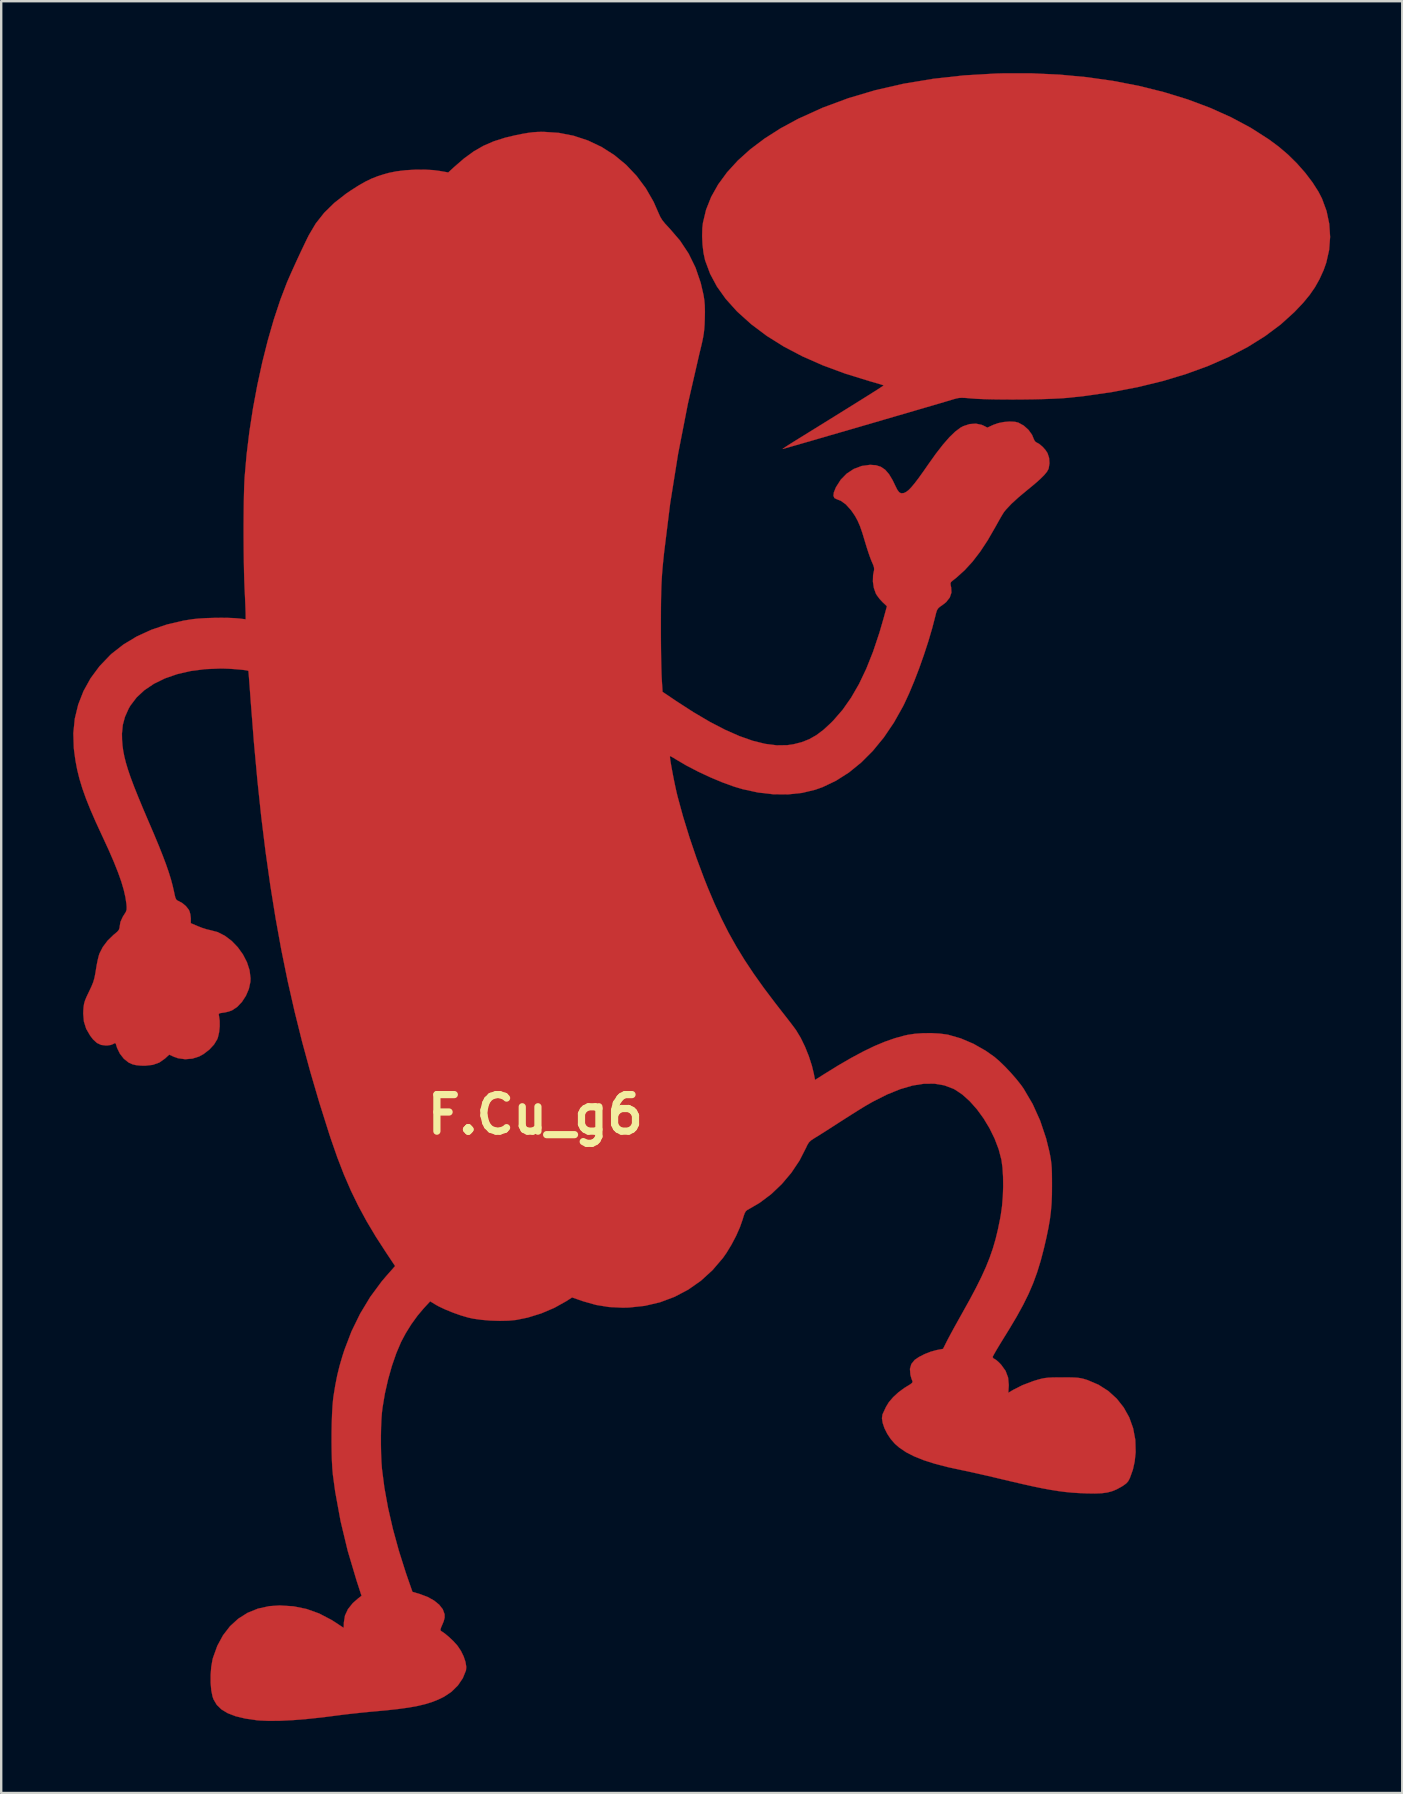
<source format=kicad_pcb>
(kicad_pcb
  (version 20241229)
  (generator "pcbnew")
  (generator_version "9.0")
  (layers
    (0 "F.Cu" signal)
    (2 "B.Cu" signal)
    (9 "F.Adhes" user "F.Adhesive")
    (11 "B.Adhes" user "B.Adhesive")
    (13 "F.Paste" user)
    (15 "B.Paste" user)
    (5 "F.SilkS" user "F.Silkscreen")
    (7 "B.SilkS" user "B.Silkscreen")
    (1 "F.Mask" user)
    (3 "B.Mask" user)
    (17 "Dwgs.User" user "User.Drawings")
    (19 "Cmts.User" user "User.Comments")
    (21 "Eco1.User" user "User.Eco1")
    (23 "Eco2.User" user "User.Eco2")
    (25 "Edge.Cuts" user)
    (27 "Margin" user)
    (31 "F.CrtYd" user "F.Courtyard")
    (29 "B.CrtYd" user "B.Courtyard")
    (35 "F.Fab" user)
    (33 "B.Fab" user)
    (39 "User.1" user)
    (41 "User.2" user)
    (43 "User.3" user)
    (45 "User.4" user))
  (footprint "F.Cu_g6"
    (layer "F.Cu")
    (at 19.25 43.382)
    (property "Reference" "F.Cu_g6" (at 0 0 0) (layer "F.SilkS") (effects (font (size 1.524 1.524) (thickness 0.3))))
    (attr through_hole)
    (fp_poly (pts (xy 20.679 -43.377) (xy 21.843 -43.323) (xy 22.981 -43.216) (xy 24.088 -43.058) (xy 25.16 -42.85) (xy 26.191 -42.593) (xy 27.176 -42.29) (xy 28.109 -41.94) (xy 28.986 -41.546) (xy 29.802 -41.109) (xy 30.551 -40.63) (xy 30.967 -40.322) (xy 31.355 -39.992) (xy 31.728 -39.624) (xy 32.072 -39.233) (xy 32.375 -38.834) (xy 32.624 -38.444) (xy 32.771 -38.159) (xy 32.96 -37.644) (xy 33.073 -37.107) (xy 33.109 -36.562) (xy 33.068 -36.019) (xy 32.949 -35.491) (xy 32.838 -35.179) (xy 32.669 -34.807) (xy 32.478 -34.466) (xy 32.252 -34.14) (xy 31.978 -33.809) (xy 31.643 -33.456) (xy 31.627 -33.439) (xy 31.05 -32.916) (xy 30.398 -32.429) (xy 29.676 -31.978) (xy 28.886 -31.564) (xy 28.031 -31.189) (xy 27.114 -30.854) (xy 26.14 -30.56) (xy 25.11 -30.309) (xy 24.029 -30.101) (xy 22.899 -29.938) (xy 22.176 -29.859) (xy 21.905 -29.839) (xy 21.57 -29.822) (xy 21.187 -29.808) (xy 20.77 -29.798) (xy 20.333 -29.792) (xy 19.893 -29.789) (xy 19.463 -29.791) (xy 19.058 -29.796) (xy 18.694 -29.805) (xy 18.384 -29.818) (xy 18.144 -29.836) (xy 17.929 -29.855) (xy 17.773 -29.861) (xy 17.651 -29.855) (xy 17.537 -29.833) (xy 17.425 -29.802) (xy 17.313 -29.768) (xy 17.134 -29.715) (xy 16.895 -29.644) (xy 16.602 -29.558) (xy 16.262 -29.459) (xy 15.884 -29.348) (xy 15.473 -29.228) (xy 15.038 -29.101) (xy 14.584 -28.969) (xy 14.12 -28.833) (xy 13.652 -28.697) (xy 13.188 -28.562) (xy 12.734 -28.43) (xy 12.298 -28.304) (xy 11.887 -28.184) (xy 11.508 -28.074) (xy 11.168 -27.976) (xy 10.874 -27.891) (xy 10.633 -27.822) (xy 10.453 -27.77) (xy 10.34 -27.738) (xy 10.302 -27.728) (xy 10.326 -27.749) (xy 10.411 -27.807) (xy 10.545 -27.894) (xy 10.719 -28.004) (xy 10.862 -28.093) (xy 11.485 -28.479) (xy 12.04 -28.823) (xy 12.529 -29.126) (xy 12.955 -29.391) (xy 13.323 -29.62) (xy 13.634 -29.814) (xy 13.892 -29.976) (xy 14.1 -30.107) (xy 14.262 -30.21) (xy 14.38 -30.287) (xy 14.459 -30.339) (xy 14.5 -30.369) (xy 14.509 -30.379) (xy 14.465 -30.395) (xy 14.354 -30.43) (xy 14.191 -30.478) (xy 13.991 -30.536) (xy 13.903 -30.561) (xy 12.902 -30.871) (xy 11.977 -31.213) (xy 11.127 -31.588) (xy 10.348 -31.997) (xy 9.64 -32.441) (xy 8.998 -32.923) (xy 8.422 -33.441) (xy 8.381 -33.483) (xy 7.933 -33.981) (xy 7.567 -34.494) (xy 7.282 -35.025) (xy 7.078 -35.574) (xy 7.069 -35.605) (xy 7.006 -35.897) (xy 6.966 -36.237) (xy 6.949 -36.593) (xy 6.958 -36.931) (xy 6.983 -37.15) (xy 7.113 -37.694) (xy 7.325 -38.228) (xy 7.618 -38.749) (xy 7.989 -39.255) (xy 8.435 -39.743) (xy 8.955 -40.212) (xy 9.547 -40.658) (xy 10.209 -41.081) (xy 10.938 -41.476) (xy 10.96 -41.487) (xy 11.972 -41.946) (xy 13.04 -42.342) (xy 14.163 -42.675) (xy 15.341 -42.944) (xy 16.573 -43.149) (xy 17.857 -43.291) (xy 19.194 -43.369) (xy 19.494 -43.377) (xy 20.679 -43.377)) (stroke (width 0.01) (type solid)) (fill yes) (layer "F.Cu"))
    (fp_poly (pts (xy 0.981 -40.897) (xy 1.602 -40.775) (xy 2.198 -40.577) (xy 2.763 -40.308) (xy 3.292 -39.971) (xy 3.778 -39.569) (xy 4.216 -39.108) (xy 4.602 -38.591) (xy 4.929 -38.021) (xy 5.14 -37.541) (xy 5.204 -37.399) (xy 5.286 -37.265) (xy 5.402 -37.119) (xy 5.566 -36.942) (xy 5.595 -36.912) (xy 6.027 -36.41) (xy 6.386 -35.868) (xy 6.673 -35.283) (xy 6.889 -34.652) (xy 7.007 -34.141) (xy 7.04 -33.928) (xy 7.059 -33.705) (xy 7.065 -33.447) (xy 7.059 -33.148) (xy 7.051 -32.919) (xy 7.038 -32.728) (xy 7.018 -32.551) (xy 6.988 -32.368) (xy 6.944 -32.158) (xy 6.883 -31.899) (xy 6.841 -31.729) (xy 6.356 -29.617) (xy 5.948 -27.529) (xy 5.617 -25.458) (xy 5.362 -23.396) (xy 5.328 -23.072) (xy 5.302 -22.8) (xy 5.281 -22.547) (xy 5.265 -22.299) (xy 5.252 -22.043) (xy 5.243 -21.764) (xy 5.237 -21.449) (xy 5.233 -21.082) (xy 5.231 -20.651) (xy 5.231 -20.447) (xy 5.231 -20.05) (xy 5.233 -19.656) (xy 5.237 -19.277) (xy 5.242 -18.928) (xy 5.249 -18.622) (xy 5.256 -18.373) (xy 5.264 -18.195) (xy 5.264 -18.193) (xy 5.3 -17.612) (xy 5.857 -17.236) (xy 6.585 -16.765) (xy 7.268 -16.363) (xy 7.907 -16.031) (xy 8.503 -15.768) (xy 9.059 -15.572) (xy 9.575 -15.445) (xy 10.053 -15.384) (xy 10.494 -15.39) (xy 10.755 -15.428) (xy 11.1 -15.516) (xy 11.413 -15.64) (xy 11.71 -15.809) (xy 12.006 -16.032) (xy 12.318 -16.32) (xy 12.426 -16.431) (xy 12.805 -16.868) (xy 13.156 -17.369) (xy 13.484 -17.937) (xy 13.788 -18.575) (xy 14.071 -19.287) (xy 14.335 -20.077) (xy 14.503 -20.654) (xy 14.647 -21.178) (xy 14.462 -21.352) (xy 14.339 -21.486) (xy 14.228 -21.635) (xy 14.182 -21.714) (xy 14.102 -21.942) (xy 14.063 -22.207) (xy 14.07 -22.467) (xy 14.091 -22.578) (xy 14.113 -22.686) (xy 14.112 -22.777) (xy 14.083 -22.88) (xy 14.02 -23.027) (xy 14.016 -23.035) (xy 13.959 -23.177) (xy 13.888 -23.377) (xy 13.812 -23.61) (xy 13.738 -23.852) (xy 13.722 -23.906) (xy 13.621 -24.24) (xy 13.527 -24.51) (xy 13.43 -24.734) (xy 13.323 -24.931) (xy 13.196 -25.119) (xy 13.139 -25.195) (xy 12.933 -25.423) (xy 12.726 -25.571) (xy 12.562 -25.634) (xy 12.46 -25.685) (xy 12.419 -25.778) (xy 12.436 -25.918) (xy 12.513 -26.111) (xy 12.526 -26.139) (xy 12.723 -26.449) (xy 12.974 -26.704) (xy 13.268 -26.897) (xy 13.596 -27.021) (xy 13.944 -27.068) (xy 13.949 -27.068) (xy 14.19 -27.051) (xy 14.395 -26.986) (xy 14.573 -26.865) (xy 14.733 -26.681) (xy 14.886 -26.426) (xy 14.987 -26.215) (xy 15.076 -26.035) (xy 15.155 -25.928) (xy 15.237 -25.883) (xy 15.334 -25.89) (xy 15.381 -25.905) (xy 15.465 -25.95) (xy 15.56 -26.026) (xy 15.671 -26.142) (xy 15.805 -26.303) (xy 15.968 -26.517) (xy 16.164 -26.79) (xy 16.364 -27.078) (xy 16.688 -27.533) (xy 16.983 -27.912) (xy 17.249 -28.217) (xy 17.49 -28.45) (xy 17.707 -28.614) (xy 17.824 -28.678) (xy 18.091 -28.766) (xy 18.356 -28.784) (xy 18.599 -28.733) (xy 18.667 -28.703) (xy 18.832 -28.619) (xy 19.078 -28.733) (xy 19.285 -28.806) (xy 19.522 -28.853) (xy 19.764 -28.872) (xy 19.98 -28.861) (xy 20.12 -28.827) (xy 20.347 -28.702) (xy 20.544 -28.525) (xy 20.693 -28.318) (xy 20.767 -28.136) (xy 20.817 -28.044) (xy 20.877 -28.001) (xy 20.997 -27.935) (xy 21.132 -27.82) (xy 21.256 -27.68) (xy 21.338 -27.554) (xy 21.402 -27.357) (xy 21.418 -27.133) (xy 21.386 -26.924) (xy 21.376 -26.895) (xy 21.313 -26.781) (xy 21.197 -26.64) (xy 21.023 -26.468) (xy 20.787 -26.26) (xy 20.489 -26.015) (xy 20.127 -25.714) (xy 19.834 -25.445) (xy 19.613 -25.211) (xy 19.526 -25.104) (xy 19.477 -25.028) (xy 19.398 -24.896) (xy 19.299 -24.722) (xy 19.189 -24.525) (xy 19.158 -24.469) (xy 18.841 -23.92) (xy 18.528 -23.446) (xy 18.212 -23.035) (xy 17.884 -22.678) (xy 17.536 -22.364) (xy 17.386 -22.246) (xy 17.32 -22.189) (xy 17.295 -22.133) (xy 17.303 -22.045) (xy 17.322 -21.965) (xy 17.334 -21.746) (xy 17.264 -21.539) (xy 17.114 -21.35) (xy 16.957 -21.226) (xy 16.845 -21.149) (xy 16.774 -21.082) (xy 16.728 -21) (xy 16.69 -20.878) (xy 16.66 -20.754) (xy 16.531 -20.257) (xy 16.373 -19.72) (xy 16.191 -19.163) (xy 15.994 -18.604) (xy 15.787 -18.065) (xy 15.578 -17.564) (xy 15.374 -17.122) (xy 15.318 -17.009) (xy 14.937 -16.331) (xy 14.518 -15.712) (xy 14.063 -15.157) (xy 13.576 -14.669) (xy 13.062 -14.251) (xy 12.523 -13.908) (xy 11.965 -13.642) (xy 11.661 -13.534) (xy 11.115 -13.403) (xy 10.529 -13.34) (xy 9.914 -13.345) (xy 9.281 -13.418) (xy 8.639 -13.557) (xy 8.273 -13.666) (xy 7.791 -13.841) (xy 7.281 -14.055) (xy 6.769 -14.295) (xy 6.285 -14.547) (xy 5.856 -14.8) (xy 5.848 -14.805) (xy 5.729 -14.877) (xy 5.643 -14.924) (xy 5.609 -14.936) (xy 5.608 -14.887) (xy 5.623 -14.77) (xy 5.65 -14.6) (xy 5.687 -14.391) (xy 5.731 -14.157) (xy 5.779 -13.913) (xy 5.829 -13.674) (xy 5.877 -13.454) (xy 5.922 -13.267) (xy 5.924 -13.258) (xy 6.151 -12.427) (xy 6.418 -11.559) (xy 6.715 -10.683) (xy 7.033 -9.832) (xy 7.19 -9.438) (xy 7.469 -8.78) (xy 7.754 -8.165) (xy 8.05 -7.579) (xy 8.368 -7.011) (xy 8.713 -6.446) (xy 9.095 -5.871) (xy 9.52 -5.274) (xy 9.998 -4.641) (xy 10.265 -4.298) (xy 10.428 -4.09) (xy 10.582 -3.891) (xy 10.716 -3.716) (xy 10.817 -3.58) (xy 10.866 -3.512) (xy 11.054 -3.2) (xy 11.233 -2.832) (xy 11.393 -2.434) (xy 11.522 -2.035) (xy 11.601 -1.707) (xy 11.652 -1.445) (xy 11.996 -1.663) (xy 12.602 -2.038) (xy 13.155 -2.359) (xy 13.661 -2.63) (xy 14.128 -2.856) (xy 14.566 -3.039) (xy 14.982 -3.184) (xy 15.383 -3.294) (xy 15.519 -3.324) (xy 15.811 -3.368) (xy 16.152 -3.392) (xy 16.51 -3.394) (xy 16.855 -3.375) (xy 17.154 -3.335) (xy 17.2 -3.326) (xy 17.725 -3.175) (xy 18.251 -2.951) (xy 18.761 -2.661) (xy 19.12 -2.408) (xy 19.326 -2.232) (xy 19.56 -2.006) (xy 19.802 -1.75) (xy 20.033 -1.486) (xy 20.233 -1.234) (xy 20.34 -1.083) (xy 20.716 -0.444) (xy 21.029 0.249) (xy 21.277 0.987) (xy 21.409 1.522) (xy 21.448 1.714) (xy 21.477 1.882) (xy 21.497 2.045) (xy 21.511 2.221) (xy 21.519 2.429) (xy 21.522 2.689) (xy 21.523 2.942) (xy 21.52 3.341) (xy 21.505 3.7) (xy 21.477 4.038) (xy 21.434 4.376) (xy 21.371 4.735) (xy 21.288 5.135) (xy 21.188 5.567) (xy 21.054 6.082) (xy 20.907 6.56) (xy 20.741 7.017) (xy 20.547 7.469) (xy 20.318 7.931) (xy 20.049 8.42) (xy 19.732 8.952) (xy 19.629 9.118) (xy 19.473 9.371) (xy 19.332 9.601) (xy 19.213 9.8) (xy 19.123 9.956) (xy 19.067 10.06) (xy 19.05 10.1) (xy 19.085 10.155) (xy 19.133 10.181) (xy 19.203 10.225) (xy 19.304 10.314) (xy 19.405 10.418) (xy 19.59 10.675) (xy 19.694 10.953) (xy 19.723 11.262) (xy 19.72 11.322) (xy 19.703 11.587) (xy 19.909 11.465) (xy 20.298 11.269) (xy 20.753 11.097) (xy 20.942 11.04) (xy 21.082 11.002) (xy 21.215 10.976) (xy 21.362 10.959) (xy 21.54 10.95) (xy 21.771 10.946) (xy 21.971 10.946) (xy 22.238 10.947) (xy 22.439 10.952) (xy 22.594 10.962) (xy 22.72 10.98) (xy 22.838 11.007) (xy 22.966 11.046) (xy 23.009 11.06) (xy 23.463 11.254) (xy 23.868 11.513) (xy 24.219 11.831) (xy 24.511 12.2) (xy 24.741 12.613) (xy 24.903 13.064) (xy 24.994 13.547) (xy 25.008 14.054) (xy 25.007 14.074) (xy 24.968 14.451) (xy 24.894 14.787) (xy 24.774 15.122) (xy 24.76 15.155) (xy 24.697 15.274) (xy 24.61 15.369) (xy 24.478 15.464) (xy 24.414 15.503) (xy 24.216 15.611) (xy 24.023 15.69) (xy 23.819 15.743) (xy 23.587 15.773) (xy 23.307 15.784) (xy 22.963 15.779) (xy 22.924 15.777) (xy 22.624 15.764) (xy 22.339 15.745) (xy 22.056 15.717) (xy 21.766 15.679) (xy 21.456 15.629) (xy 21.115 15.566) (xy 20.733 15.487) (xy 20.297 15.39) (xy 19.798 15.274) (xy 19.473 15.197) (xy 19.138 15.117) (xy 18.804 15.039) (xy 18.487 14.967) (xy 18.204 14.903) (xy 17.971 14.852) (xy 17.803 14.817) (xy 17.801 14.817) (xy 17.183 14.684) (xy 16.643 14.544) (xy 16.176 14.395) (xy 15.777 14.234) (xy 15.439 14.06) (xy 15.158 13.869) (xy 14.979 13.712) (xy 14.807 13.516) (xy 14.66 13.294) (xy 14.545 13.065) (xy 14.47 12.843) (xy 14.44 12.646) (xy 14.462 12.49) (xy 14.469 12.474) (xy 14.512 12.383) (xy 14.573 12.252) (xy 14.609 12.174) (xy 14.728 11.979) (xy 14.907 11.771) (xy 15.127 11.568) (xy 15.369 11.389) (xy 15.465 11.33) (xy 15.608 11.243) (xy 15.688 11.182) (xy 15.716 11.135) (xy 15.706 11.092) (xy 15.672 11.005) (xy 15.635 10.877) (xy 15.624 10.829) (xy 15.606 10.593) (xy 15.665 10.389) (xy 15.799 10.222) (xy 15.802 10.219) (xy 15.983 10.096) (xy 16.215 9.977) (xy 16.469 9.877) (xy 16.712 9.81) (xy 16.726 9.807) (xy 16.985 9.758) (xy 17.155 9.419) (xy 17.228 9.279) (xy 17.334 9.082) (xy 17.463 8.845) (xy 17.607 8.586) (xy 17.756 8.32) (xy 17.792 8.255) (xy 18.097 7.707) (xy 18.358 7.216) (xy 18.58 6.77) (xy 18.768 6.356) (xy 18.926 5.962) (xy 19.06 5.576) (xy 19.174 5.186) (xy 19.272 4.779) (xy 19.361 4.344) (xy 19.392 4.17) (xy 19.443 3.806) (xy 19.476 3.405) (xy 19.49 2.99) (xy 19.485 2.586) (xy 19.462 2.215) (xy 19.42 1.901) (xy 19.416 1.88) (xy 19.302 1.443) (xy 19.134 1.002) (xy 18.922 0.57) (xy 18.673 0.157) (xy 18.396 -0.223) (xy 18.098 -0.558) (xy 17.79 -0.835) (xy 17.478 -1.044) (xy 17.41 -1.079) (xy 17.034 -1.22) (xy 16.626 -1.289) (xy 16.186 -1.286) (xy 15.713 -1.211) (xy 15.204 -1.062) (xy 14.657 -0.841) (xy 14.072 -0.546) (xy 13.772 -0.375) (xy 13.619 -0.282) (xy 13.412 -0.154) (xy 13.172 -0.003) (xy 12.914 0.161) (xy 12.658 0.325) (xy 12.636 0.339) (xy 12.393 0.496) (xy 12.158 0.647) (xy 11.945 0.782) (xy 11.771 0.892) (xy 11.649 0.966) (xy 11.633 0.976) (xy 11.491 1.068) (xy 11.398 1.157) (xy 11.325 1.276) (xy 11.281 1.374) (xy 11.007 1.911) (xy 10.665 2.422) (xy 10.266 2.894) (xy 9.821 3.317) (xy 9.339 3.678) (xy 8.91 3.928) (xy 8.825 3.975) (xy 8.766 4.029) (xy 8.721 4.108) (xy 8.676 4.234) (xy 8.638 4.364) (xy 8.523 4.692) (xy 8.363 5.053) (xy 8.171 5.418) (xy 7.963 5.76) (xy 7.816 5.97) (xy 7.382 6.478) (xy 6.899 6.919) (xy 6.37 7.29) (xy 5.8 7.59) (xy 5.195 7.817) (xy 4.559 7.966) (xy 3.896 8.037) (xy 3.639 8.043) (xy 3.07 8.015) (xy 2.532 7.928) (xy 1.991 7.775) (xy 1.962 7.765) (xy 1.531 7.616) (xy 1.287 7.773) (xy 0.792 8.049) (xy 0.249 8.28) (xy -0.312 8.454) (xy -0.803 8.554) (xy -1.119 8.584) (xy -1.483 8.592) (xy -1.867 8.58) (xy -2.245 8.548) (xy -2.587 8.5) (xy -2.796 8.454) (xy -3.112 8.361) (xy -3.439 8.245) (xy -3.752 8.117) (xy -4.025 7.988) (xy -4.169 7.907) (xy -4.38 7.778) (xy -4.647 8.066) (xy -4.907 8.375) (xy -5.167 8.735) (xy -5.404 9.116) (xy -5.591 9.468) (xy -5.791 9.938) (xy -5.975 10.469) (xy -6.135 11.037) (xy -6.267 11.619) (xy -6.363 12.193) (xy -6.39 12.413) (xy -6.411 12.679) (xy -6.425 13.006) (xy -6.432 13.372) (xy -6.432 13.752) (xy -6.425 14.125) (xy -6.411 14.467) (xy -6.389 14.755) (xy -6.389 14.756) (xy -6.287 15.546) (xy -6.134 16.387) (xy -5.932 17.266) (xy -5.684 18.17) (xy -5.394 19.086) (xy -5.311 19.328) (xy -5.118 19.881) (xy -4.813 19.971) (xy -4.491 20.091) (xy -4.219 20.242) (xy -4.004 20.416) (xy -3.855 20.606) (xy -3.782 20.806) (xy -3.78 20.819) (xy -3.778 20.955) (xy -3.815 21.101) (xy -3.87 21.234) (xy -3.929 21.372) (xy -3.952 21.453) (xy -3.941 21.498) (xy -3.921 21.513) (xy -3.774 21.613) (xy -3.6 21.758) (xy -3.425 21.923) (xy -3.273 22.088) (xy -3.238 22.131) (xy -3.097 22.342) (xy -2.985 22.572) (xy -2.909 22.8) (xy -2.876 23.005) (xy -2.888 23.15) (xy -3.02 23.476) (xy -3.224 23.777) (xy -3.49 24.04) (xy -3.805 24.251) (xy -3.81 24.253) (xy -4.05 24.37) (xy -4.306 24.471) (xy -4.588 24.558) (xy -4.907 24.634) (xy -5.273 24.7) (xy -5.696 24.759) (xy -6.186 24.813) (xy -6.584 24.85) (xy -6.909 24.879) (xy -7.247 24.913) (xy -7.576 24.948) (xy -7.871 24.981) (xy -8.11 25.011) (xy -8.157 25.017) (xy -8.855 25.107) (xy -9.503 25.176) (xy -10.097 25.224) (xy -10.63 25.251) (xy -11.095 25.256) (xy -11.487 25.239) (xy -11.599 25.229) (xy -12.08 25.159) (xy -12.484 25.062) (xy -12.814 24.935) (xy -13.075 24.778) (xy -13.271 24.587) (xy -13.404 24.361) (xy -13.445 24.246) (xy -13.498 23.986) (xy -13.525 23.674) (xy -13.525 23.338) (xy -13.5 23.007) (xy -13.448 22.708) (xy -13.427 22.627) (xy -13.248 22.13) (xy -13.01 21.691) (xy -12.719 21.314) (xy -12.377 21.001) (xy -11.988 20.755) (xy -11.555 20.579) (xy -11.083 20.476) (xy -10.648 20.447) (xy -10.072 20.483) (xy -9.526 20.595) (xy -8.999 20.784) (xy -8.484 21.054) (xy -8.28 21.184) (xy -8.147 21.273) (xy -8.044 21.341) (xy -7.989 21.376) (xy -7.985 21.378) (xy -7.981 21.34) (xy -7.977 21.242) (xy -7.975 21.153) (xy -7.929 20.867) (xy -7.804 20.599) (xy -7.599 20.344) (xy -7.377 20.151) (xy -7.239 20.045) (xy -7.447 19.407) (xy -7.815 18.172) (xy -8.112 16.934) (xy -8.337 15.706) (xy -8.432 15.007) (xy -8.455 14.746) (xy -8.473 14.422) (xy -8.483 14.054) (xy -8.488 13.658) (xy -8.487 13.251) (xy -8.48 12.851) (xy -8.467 12.475) (xy -8.448 12.14) (xy -8.424 11.863) (xy -8.41 11.748) (xy -8.334 11.279) (xy -8.252 10.862) (xy -8.155 10.467) (xy -8.036 10.06) (xy -7.952 9.8) (xy -7.658 9.031) (xy -7.297 8.292) (xy -6.877 7.596) (xy -6.405 6.956) (xy -6.205 6.72) (xy -5.841 6.308) (xy -6.215 5.747) (xy -6.644 5.084) (xy -7.025 4.445) (xy -7.368 3.812) (xy -7.681 3.169) (xy -7.972 2.498) (xy -8.249 1.781) (xy -8.52 1.002) (xy -8.592 0.783) (xy -8.996 -0.497) (xy -9.368 -1.765) (xy -9.712 -3.027) (xy -10.027 -4.293) (xy -10.317 -5.57) (xy -10.581 -6.867) (xy -10.821 -8.19) (xy -11.039 -9.549) (xy -11.237 -10.951) (xy -11.416 -12.404) (xy -11.576 -13.917) (xy -11.721 -15.497) (xy -11.85 -17.152) (xy -11.856 -17.23) (xy -11.879 -17.545) (xy -11.9 -17.832) (xy -11.919 -18.079) (xy -11.934 -18.277) (xy -11.945 -18.414) (xy -11.952 -18.481) (xy -11.952 -18.485) (xy -12.007 -18.502) (xy -12.128 -18.521) (xy -12.298 -18.539) (xy -12.499 -18.556) (xy -12.713 -18.571) (xy -12.922 -18.58) (xy -13.108 -18.584) (xy -13.116 -18.584) (xy -13.758 -18.557) (xy -14.361 -18.478) (xy -14.92 -18.349) (xy -15.43 -18.172) (xy -15.884 -17.95) (xy -16.28 -17.685) (xy -16.61 -17.379) (xy -16.871 -17.034) (xy -16.944 -16.906) (xy -17.095 -16.568) (xy -17.185 -16.233) (xy -17.22 -15.875) (xy -17.215 -15.6) (xy -17.197 -15.375) (xy -17.166 -15.148) (xy -17.119 -14.909) (xy -17.054 -14.651) (xy -16.968 -14.367) (xy -16.859 -14.047) (xy -16.723 -13.684) (xy -16.558 -13.271) (xy -16.363 -12.799) (xy -16.133 -12.259) (xy -16.093 -12.167) (xy -15.868 -11.641) (xy -15.677 -11.181) (xy -15.517 -10.778) (xy -15.383 -10.422) (xy -15.273 -10.103) (xy -15.182 -9.811) (xy -15.109 -9.538) (xy -15.048 -9.272) (xy -15.029 -9.179) (xy -14.995 -9.037) (xy -14.955 -8.955) (xy -14.897 -8.911) (xy -14.867 -8.899) (xy -14.708 -8.814) (xy -14.554 -8.684) (xy -14.438 -8.537) (xy -14.409 -8.481) (xy -14.371 -8.346) (xy -14.352 -8.189) (xy -14.351 -8.158) (xy -14.351 -7.974) (xy -14.044 -7.843) (xy -13.866 -7.774) (xy -13.689 -7.718) (xy -13.549 -7.686) (xy -13.544 -7.685) (xy -13.231 -7.603) (xy -12.929 -7.448) (xy -12.646 -7.233) (xy -12.393 -6.97) (xy -12.179 -6.671) (xy -12.012 -6.348) (xy -11.904 -6.015) (xy -11.863 -5.682) (xy -11.87 -5.527) (xy -11.933 -5.236) (xy -12.054 -4.953) (xy -12.22 -4.697) (xy -12.419 -4.486) (xy -12.637 -4.342) (xy -12.772 -4.294) (xy -12.936 -4.255) (xy -12.996 -4.247) (xy -13.12 -4.229) (xy -13.178 -4.206) (xy -13.189 -4.163) (xy -13.177 -4.111) (xy -13.149 -3.914) (xy -13.148 -3.675) (xy -13.173 -3.43) (xy -13.222 -3.217) (xy -13.248 -3.145) (xy -13.383 -2.921) (xy -13.581 -2.707) (xy -13.821 -2.523) (xy -14.003 -2.422) (xy -14.287 -2.332) (xy -14.589 -2.308) (xy -14.882 -2.348) (xy -15.045 -2.405) (xy -15.251 -2.498) (xy -15.433 -2.331) (xy -15.662 -2.17) (xy -15.934 -2.073) (xy -16.256 -2.037) (xy -16.427 -2.041) (xy -16.629 -2.06) (xy -16.781 -2.096) (xy -16.918 -2.157) (xy -16.952 -2.177) (xy -17.143 -2.33) (xy -17.307 -2.541) (xy -17.423 -2.78) (xy -17.444 -2.847) (xy -17.475 -2.948) (xy -17.506 -2.981) (xy -17.557 -2.959) (xy -17.58 -2.943) (xy -17.684 -2.902) (xy -17.835 -2.88) (xy -17.889 -2.879) (xy -18.088 -2.904) (xy -18.261 -2.985) (xy -18.423 -3.133) (xy -18.545 -3.291) (xy -18.71 -3.577) (xy -18.804 -3.875) (xy -18.833 -4.205) (xy -18.829 -4.332) (xy -18.817 -4.493) (xy -18.796 -4.625) (xy -18.758 -4.754) (xy -18.696 -4.904) (xy -18.602 -5.102) (xy -18.592 -5.122) (xy -18.488 -5.342) (xy -18.416 -5.521) (xy -18.366 -5.693) (xy -18.327 -5.891) (xy -18.305 -6.031) (xy -18.269 -6.247) (xy -18.226 -6.456) (xy -18.183 -6.628) (xy -18.157 -6.709) (xy -18.019 -6.98) (xy -17.819 -7.246) (xy -17.576 -7.483) (xy -17.54 -7.512) (xy -17.415 -7.617) (xy -17.347 -7.7) (xy -17.32 -7.782) (xy -17.317 -7.818) (xy -17.283 -8.026) (xy -17.185 -8.241) (xy -17.116 -8.35) (xy -17.055 -8.448) (xy -17.026 -8.537) (xy -17.023 -8.649) (xy -17.033 -8.774) (xy -17.075 -9.055) (xy -17.145 -9.363) (xy -17.246 -9.705) (xy -17.382 -10.089) (xy -17.554 -10.521) (xy -17.765 -11.009) (xy -18.019 -11.561) (xy -18.048 -11.622) (xy -18.311 -12.192) (xy -18.533 -12.702) (xy -18.718 -13.164) (xy -18.869 -13.588) (xy -18.99 -13.987) (xy -19.085 -14.372) (xy -19.157 -14.754) (xy -19.211 -15.146) (xy -19.225 -15.274) (xy -19.245 -15.891) (xy -19.184 -16.495) (xy -19.042 -17.081) (xy -18.822 -17.643) (xy -18.526 -18.177) (xy -18.155 -18.678) (xy -17.712 -19.141) (xy -17.647 -19.201) (xy -17.157 -19.584) (xy -16.605 -19.917) (xy -15.997 -20.196) (xy -15.342 -20.418) (xy -14.646 -20.58) (xy -14.266 -20.64) (xy -14.028 -20.664) (xy -13.735 -20.682) (xy -13.412 -20.692) (xy -13.082 -20.696) (xy -12.768 -20.692) (xy -12.495 -20.68) (xy -12.308 -20.663) (xy -12.065 -20.633) (xy -12.066 -20.826) (xy -12.068 -20.927) (xy -12.074 -21.097) (xy -12.083 -21.318) (xy -12.094 -21.574) (xy -12.107 -21.849) (xy -12.109 -21.886) (xy -12.123 -22.226) (xy -12.134 -22.622) (xy -12.142 -23.06) (xy -12.148 -23.527) (xy -12.151 -24.009) (xy -12.152 -24.493) (xy -12.149 -24.965) (xy -12.144 -25.411) (xy -12.137 -25.82) (xy -12.127 -26.176) (xy -12.114 -26.466) (xy -12.108 -26.564) (xy -12.026 -27.503) (xy -11.909 -28.464) (xy -11.759 -29.433) (xy -11.579 -30.397) (xy -11.373 -31.343) (xy -11.143 -32.258) (xy -10.892 -33.128) (xy -10.623 -33.94) (xy -10.35 -34.656) (xy -10.27 -34.842) (xy -10.162 -35.086) (xy -10.035 -35.368) (xy -9.897 -35.669) (xy -9.757 -35.969) (xy -9.623 -36.25) (xy -9.506 -36.493) (xy -9.433 -36.639) (xy -9.148 -37.12) (xy -8.797 -37.565) (xy -8.375 -37.979) (xy -7.878 -38.368) (xy -7.679 -38.502) (xy -7.362 -38.704) (xy -7.086 -38.862) (xy -6.83 -38.987) (xy -6.571 -39.089) (xy -6.286 -39.18) (xy -6.099 -39.231) (xy -5.78 -39.295) (xy -5.407 -39.34) (xy -5.007 -39.364) (xy -4.609 -39.366) (xy -4.241 -39.345) (xy -4.004 -39.314) (xy -3.626 -39.248) (xy -3.381 -39.475) (xy -2.967 -39.833) (xy -2.568 -40.124) (xy -2.164 -40.357) (xy -1.734 -40.544) (xy -1.26 -40.695) (xy -0.858 -40.791) (xy -0.559 -40.852) (xy -0.318 -40.894) (xy -0.111 -40.921) (xy 0.085 -40.935) (xy 0.294 -40.94) (xy 0.339 -40.94) (xy 0.981 -40.897)) (stroke (width 0.01) (type solid)) (fill yes) (layer "F.Cu")))
  (gr_rect
    (start -3 -3)
    (end 55.364 71.643)
    (stroke (width 0.1) (type default))
    (fill no)
    (layer "Edge.Cuts")))
</source>
